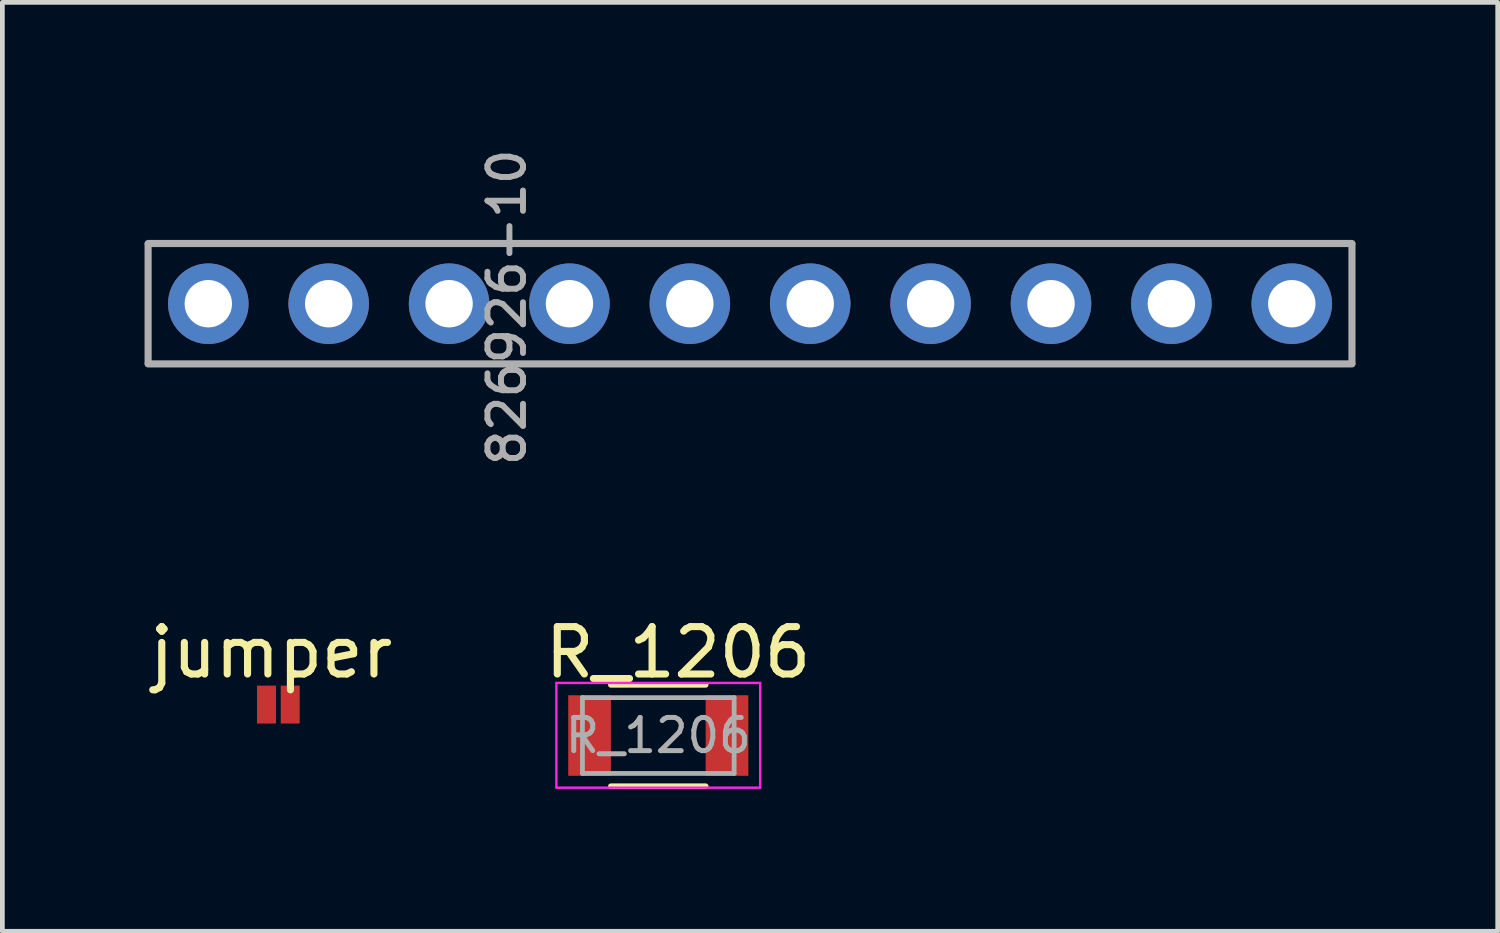
<source format=kicad_pcb>
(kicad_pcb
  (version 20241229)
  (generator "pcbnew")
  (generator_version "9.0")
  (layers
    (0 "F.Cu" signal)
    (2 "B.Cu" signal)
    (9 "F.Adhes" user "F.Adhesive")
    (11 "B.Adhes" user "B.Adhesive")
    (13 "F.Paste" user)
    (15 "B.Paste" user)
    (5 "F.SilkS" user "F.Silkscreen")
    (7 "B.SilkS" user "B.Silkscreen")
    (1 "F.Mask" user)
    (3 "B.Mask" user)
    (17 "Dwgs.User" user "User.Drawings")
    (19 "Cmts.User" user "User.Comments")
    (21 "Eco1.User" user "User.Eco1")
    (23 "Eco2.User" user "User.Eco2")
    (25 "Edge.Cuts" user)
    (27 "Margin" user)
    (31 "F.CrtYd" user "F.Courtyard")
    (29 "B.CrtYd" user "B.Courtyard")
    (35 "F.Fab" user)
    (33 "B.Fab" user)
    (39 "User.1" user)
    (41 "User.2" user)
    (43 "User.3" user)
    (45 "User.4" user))
  (footprint "R_1206"
    (layer "F.Cu")
    (at 10.799 12.469)
    (property "Reference" "R_1206" (at 0.457 -1.753 0) (layer "F.SilkS") (effects (font (size 1 1) (thickness 0.15))))
    (attr through_hole)
    (fp_line (start -0.96 -1.07) (end 1.04 -1.07) (stroke (width 0.12) (type solid)) (layer "F.SilkS"))
    (fp_line (start 1.04 1.07) (end -0.96 1.07) (stroke (width 0.12) (type solid)) (layer "F.SilkS"))
    (fp_line (start -2.11 -1.11) (end -2.11 1.1) (stroke (width 0.05) (type solid)) (layer "F.CrtYd"))
    (fp_line (start -2.11 -1.11) (end 2.19 -1.11) (stroke (width 0.05) (type solid)) (layer "F.CrtYd"))
    (fp_line (start 2.19 1.1) (end -2.11 1.1) (stroke (width 0.05) (type solid)) (layer "F.CrtYd"))
    (fp_line (start 2.19 1.1) (end 2.19 -1.11) (stroke (width 0.05) (type solid)) (layer "F.CrtYd"))
    (fp_line (start -1.56 -0.8) (end 1.64 -0.8) (stroke (width 0.1) (type solid)) (layer "F.Fab"))
    (fp_line (start -1.56 0.8) (end -1.56 -0.8) (stroke (width 0.1) (type solid)) (layer "F.Fab"))
    (fp_line (start 1.64 -0.8) (end 1.64 0.8) (stroke (width 0.1) (type solid)) (layer "F.Fab"))
    (fp_line (start 1.64 0.8) (end -1.56 0.8) (stroke (width 0.1) (type solid)) (layer "F.Fab"))
    (fp_text user "${REFERENCE}" (at 0.04 0 0) (layer "F.Fab") (effects (font (size 0.7 0.7) (thickness 0.105))))
    (pad "1" smd rect (at -1.41 0) (size 0.9 1.7) (layers "F.Cu" "F.Mask" "F.Paste"))
    (pad "2" smd rect (at 1.49 0) (size 0.9 1.7) (layers "F.Cu" "F.Mask" "F.Paste")))
  (footprint "826926-10"
    (layer "F.Cu")
    (at 11.505 3.358)
    (property "Reference" "826926-10" (at -3.861 0.076 270) (layer "F.Fab") (effects (font (size 0.75 0.75) (thickness 0.125))))
    (attr through_hole)
    (fp_line (start -11.43 -1.27) (end 13.97 -1.27) (stroke (width 0.15) (type solid)) (layer "F.Fab"))
    (fp_line (start -11.43 1.25) (end -11.43 -1.25) (stroke (width 0.15) (type solid)) (layer "F.Fab"))
    (fp_line (start 13.97 -1.25) (end 13.97 1.25) (stroke (width 0.15) (type solid)) (layer "F.Fab"))
    (fp_line (start 13.97 1.27) (end -11.43 1.27) (stroke (width 0.15) (type solid)) (layer "F.Fab"))
    (pad "1" thru_hole circle (at -10.16 0) (size 1.7 1.7) (drill 1) (layers "*.Cu" "*.Mask"))
    (pad "2" thru_hole circle (at -7.62 0) (size 1.7 1.7) (drill 1) (layers "*.Cu" "*.Mask"))
    (pad "3" thru_hole circle (at -5.08 0) (size 1.7 1.7) (drill 1) (layers "*.Cu" "*.Mask"))
    (pad "4" thru_hole circle (at -2.54 0) (size 1.7 1.7) (drill 1) (layers "*.Cu" "*.Mask"))
    (pad "5" thru_hole circle (at 0 0) (size 1.7 1.7) (drill 1) (layers "*.Cu" "*.Mask"))
    (pad "6" thru_hole circle (at 2.54 0) (size 1.7 1.7) (drill 1) (layers "*.Cu" "*.Mask"))
    (pad "7" thru_hole circle (at 5.08 0) (size 1.7 1.7) (drill 1) (layers "*.Cu" "*.Mask"))
    (pad "8" thru_hole circle (at 7.62 0) (size 1.7 1.7) (drill 1) (layers "*.Cu" "*.Mask"))
    (pad "9" thru_hole circle (at 10.16 0) (size 1.7 1.7) (drill 1) (layers "*.Cu" "*.Mask"))
    (pad "10" thru_hole circle (at 12.7 0) (size 1.7 1.7) (drill 1) (layers "*.Cu" "*.Mask")))
  (footprint "jumper"
    (layer "F.Cu")
    (at 2.773 11.816)
    (property "Reference" "jumper" (at -0.1 -1.1 0) (layer "F.SilkS") (effects (font (size 1 1) (thickness 0.15))))
    (attr through_hole)
    (pad "1" smd rect (at -0.2 0 90) (size 0.8 0.4) (layers "F.Cu" "F.Mask" "F.Paste"))
    (pad "2" smd rect (at 0.3 0 90) (size 0.8 0.4) (layers "F.Cu" "F.Mask" "F.Paste")))
  (gr_rect
    (start -3 -3)
    (end 28.55 16.599)
    (stroke (width 0.1) (type default))
    (fill no)
    (layer "Edge.Cuts")))
</source>
